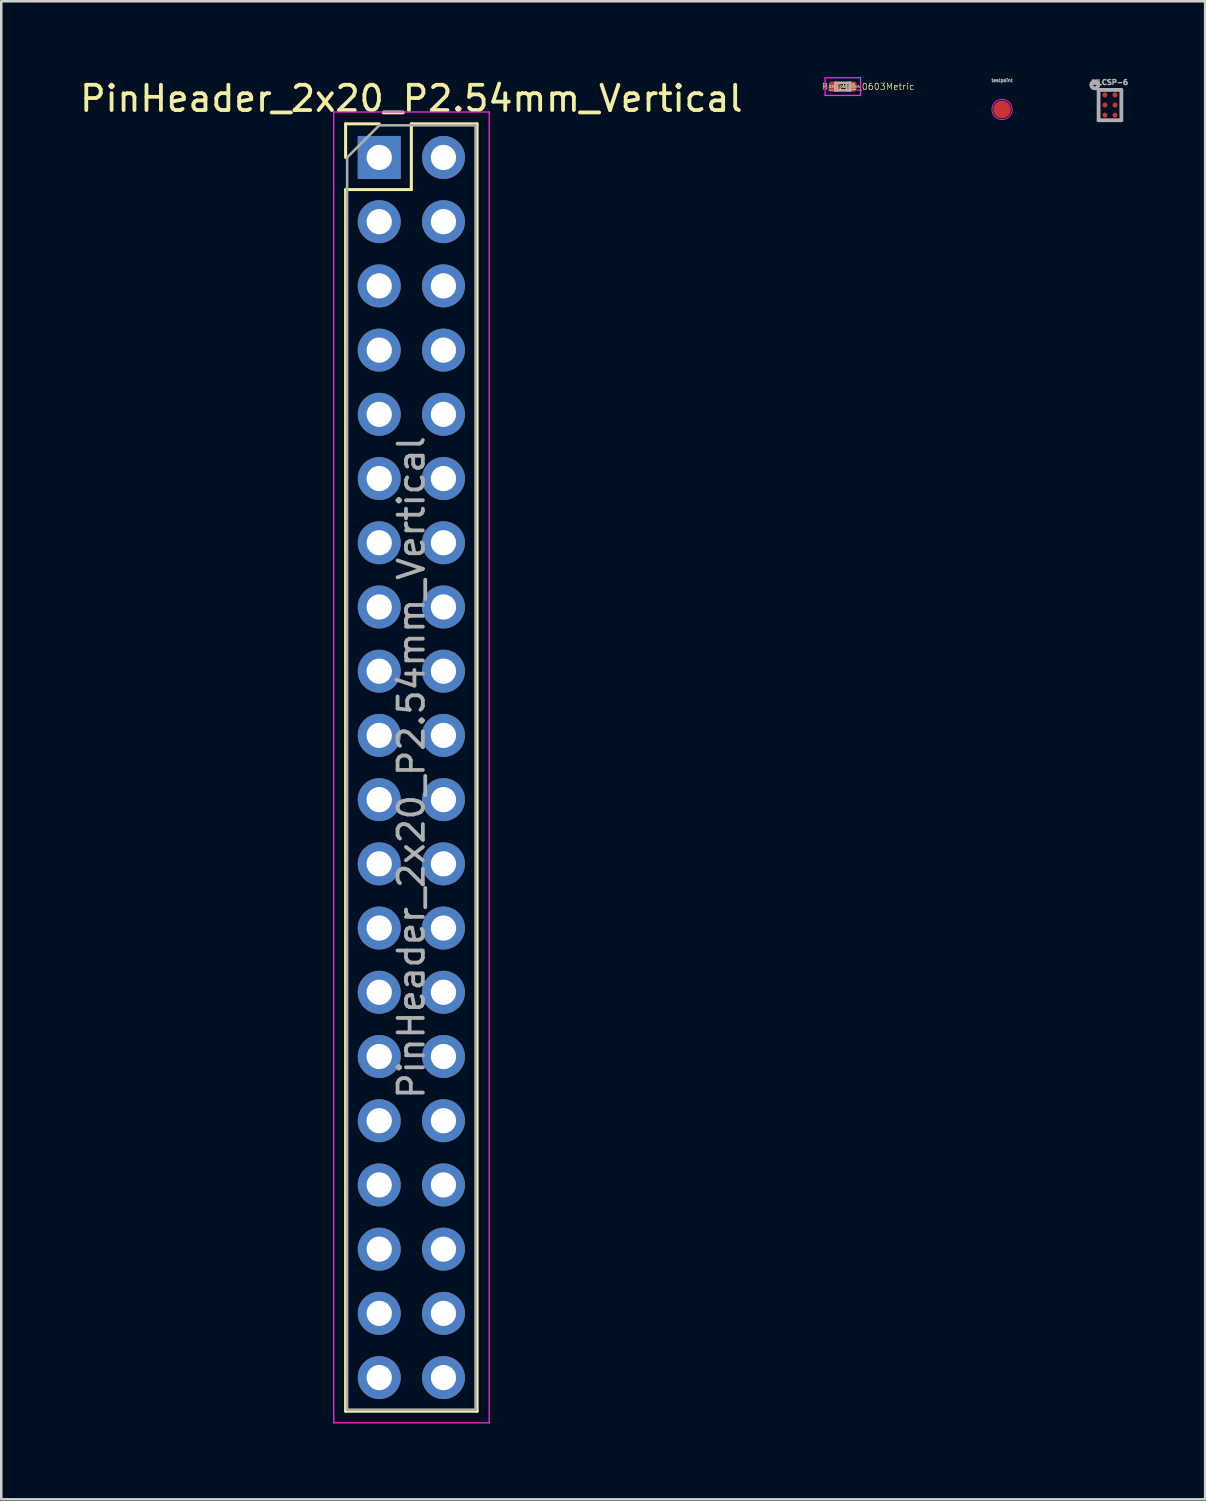
<source format=kicad_pcb>
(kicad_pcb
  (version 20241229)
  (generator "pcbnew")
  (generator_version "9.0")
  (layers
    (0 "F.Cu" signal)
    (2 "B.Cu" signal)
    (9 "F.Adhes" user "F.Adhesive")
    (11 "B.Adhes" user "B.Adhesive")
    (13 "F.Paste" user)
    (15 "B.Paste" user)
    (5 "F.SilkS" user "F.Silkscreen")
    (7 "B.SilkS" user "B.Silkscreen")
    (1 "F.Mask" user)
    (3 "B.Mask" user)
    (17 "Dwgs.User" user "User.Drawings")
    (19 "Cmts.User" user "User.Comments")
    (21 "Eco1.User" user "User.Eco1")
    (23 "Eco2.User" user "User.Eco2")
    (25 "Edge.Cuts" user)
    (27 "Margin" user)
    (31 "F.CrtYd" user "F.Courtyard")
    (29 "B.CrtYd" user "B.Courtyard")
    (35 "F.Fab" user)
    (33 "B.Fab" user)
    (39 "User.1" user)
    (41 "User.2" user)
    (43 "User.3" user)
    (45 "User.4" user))
  (footprint "PinHeader_2x20_P2.54mm_Vertical"
    (layer "F.Cu")
    (at 11.95 3.178)
    (property "Reference" "PinHeader_2x20_P2.54mm_Vertical" (at 1.27 -2.33 0) (layer "F.SilkS") (effects (font (size 1 1) (thickness 0.15))))
    (attr exclude_from_pos_files exclude_from_bom)
    (fp_line (start -1.33 -1.33) (end 0 -1.33) (stroke (width 0.12) (type solid)) (layer "F.SilkS"))
    (fp_line (start -1.33 0) (end -1.33 -1.33) (stroke (width 0.12) (type solid)) (layer "F.SilkS"))
    (fp_line (start -1.33 1.27) (end -1.33 49.59) (stroke (width 0.12) (type solid)) (layer "F.SilkS"))
    (fp_line (start -1.33 1.27) (end 1.27 1.27) (stroke (width 0.12) (type solid)) (layer "F.SilkS"))
    (fp_line (start -1.33 49.59) (end 3.87 49.59) (stroke (width 0.12) (type solid)) (layer "F.SilkS"))
    (fp_line (start 1.27 -1.33) (end 3.87 -1.33) (stroke (width 0.12) (type solid)) (layer "F.SilkS"))
    (fp_line (start 1.27 1.27) (end 1.27 -1.33) (stroke (width 0.12) (type solid)) (layer "F.SilkS"))
    (fp_line (start 3.87 -1.33) (end 3.87 49.59) (stroke (width 0.12) (type solid)) (layer "F.SilkS"))
    (fp_line (start -1.8 -1.8) (end -1.8 50.05) (stroke (width 0.05) (type solid)) (layer "F.CrtYd"))
    (fp_line (start -1.8 50.05) (end 4.35 50.05) (stroke (width 0.05) (type solid)) (layer "F.CrtYd"))
    (fp_line (start 4.35 -1.8) (end -1.8 -1.8) (stroke (width 0.05) (type solid)) (layer "F.CrtYd"))
    (fp_line (start 4.35 50.05) (end 4.35 -1.8) (stroke (width 0.05) (type solid)) (layer "F.CrtYd"))
    (fp_line (start -1.27 0) (end 0 -1.27) (stroke (width 0.1) (type solid)) (layer "F.Fab"))
    (fp_line (start -1.27 49.53) (end -1.27 0) (stroke (width 0.1) (type solid)) (layer "F.Fab"))
    (fp_line (start 0 -1.27) (end 3.81 -1.27) (stroke (width 0.1) (type solid)) (layer "F.Fab"))
    (fp_line (start 3.81 -1.27) (end 3.81 49.53) (stroke (width 0.1) (type solid)) (layer "F.Fab"))
    (fp_line (start 3.81 49.53) (end -1.27 49.53) (stroke (width 0.1) (type solid)) (layer "F.Fab"))
    (fp_text user "${REFERENCE}" (at 1.27 24.13 90) (layer "F.Fab") (effects (font (size 1 1) (thickness 0.15))))
    (pad "1" thru_hole rect (at 0 0) (size 1.7 1.7) (drill 1) (layers "*.Cu" "*.Mask"))
    (pad "2" thru_hole oval (at 2.54 0) (size 1.7 1.7) (drill 1) (layers "*.Cu" "*.Mask"))
    (pad "3" thru_hole oval (at 0 2.54) (size 1.7 1.7) (drill 1) (layers "*.Cu" "*.Mask"))
    (pad "4" thru_hole oval (at 2.54 2.54) (size 1.7 1.7) (drill 1) (layers "*.Cu" "*.Mask"))
    (pad "5" thru_hole oval (at 0 5.08) (size 1.7 1.7) (drill 1) (layers "*.Cu" "*.Mask"))
    (pad "6" thru_hole oval (at 2.54 5.08) (size 1.7 1.7) (drill 1) (layers "*.Cu" "*.Mask"))
    (pad "7" thru_hole oval (at 0 7.62) (size 1.7 1.7) (drill 1) (layers "*.Cu" "*.Mask"))
    (pad "8" thru_hole oval (at 2.54 7.62) (size 1.7 1.7) (drill 1) (layers "*.Cu" "*.Mask"))
    (pad "9" thru_hole oval (at 0 10.16) (size 1.7 1.7) (drill 1) (layers "*.Cu" "*.Mask"))
    (pad "10" thru_hole oval (at 2.54 10.16) (size 1.7 1.7) (drill 1) (layers "*.Cu" "*.Mask"))
    (pad "11" thru_hole oval (at 0 12.7) (size 1.7 1.7) (drill 1) (layers "*.Cu" "*.Mask"))
    (pad "12" thru_hole oval (at 2.54 12.7) (size 1.7 1.7) (drill 1) (layers "*.Cu" "*.Mask"))
    (pad "13" thru_hole oval (at 0 15.24) (size 1.7 1.7) (drill 1) (layers "*.Cu" "*.Mask"))
    (pad "14" thru_hole oval (at 2.54 15.24) (size 1.7 1.7) (drill 1) (layers "*.Cu" "*.Mask"))
    (pad "15" thru_hole oval (at 0 17.78) (size 1.7 1.7) (drill 1) (layers "*.Cu" "*.Mask"))
    (pad "16" thru_hole oval (at 2.54 17.78) (size 1.7 1.7) (drill 1) (layers "*.Cu" "*.Mask"))
    (pad "17" thru_hole oval (at 0 20.32) (size 1.7 1.7) (drill 1) (layers "*.Cu" "*.Mask"))
    (pad "18" thru_hole oval (at 2.54 20.32) (size 1.7 1.7) (drill 1) (layers "*.Cu" "*.Mask"))
    (pad "19" thru_hole oval (at 0 22.86) (size 1.7 1.7) (drill 1) (layers "*.Cu" "*.Mask"))
    (pad "20" thru_hole oval (at 2.54 22.86) (size 1.7 1.7) (drill 1) (layers "*.Cu" "*.Mask"))
    (pad "21" thru_hole oval (at 0 25.4) (size 1.7 1.7) (drill 1) (layers "*.Cu" "*.Mask"))
    (pad "22" thru_hole oval (at 2.54 25.4) (size 1.7 1.7) (drill 1) (layers "*.Cu" "*.Mask"))
    (pad "23" thru_hole oval (at 0 27.94) (size 1.7 1.7) (drill 1) (layers "*.Cu" "*.Mask"))
    (pad "24" thru_hole oval (at 2.54 27.94) (size 1.7 1.7) (drill 1) (layers "*.Cu" "*.Mask"))
    (pad "25" thru_hole oval (at 0 30.48) (size 1.7 1.7) (drill 1) (layers "*.Cu" "*.Mask"))
    (pad "26" thru_hole oval (at 2.54 30.48) (size 1.7 1.7) (drill 1) (layers "*.Cu" "*.Mask"))
    (pad "27" thru_hole oval (at 0 33.02) (size 1.7 1.7) (drill 1) (layers "*.Cu" "*.Mask"))
    (pad "28" thru_hole oval (at 2.54 33.02) (size 1.7 1.7) (drill 1) (layers "*.Cu" "*.Mask"))
    (pad "29" thru_hole oval (at 0 35.56) (size 1.7 1.7) (drill 1) (layers "*.Cu" "*.Mask"))
    (pad "30" thru_hole oval (at 2.54 35.56) (size 1.7 1.7) (drill 1) (layers "*.Cu" "*.Mask"))
    (pad "31" thru_hole oval (at 0 38.1) (size 1.7 1.7) (drill 1) (layers "*.Cu" "*.Mask"))
    (pad "32" thru_hole oval (at 2.54 38.1) (size 1.7 1.7) (drill 1) (layers "*.Cu" "*.Mask"))
    (pad "33" thru_hole oval (at 0 40.64) (size 1.7 1.7) (drill 1) (layers "*.Cu" "*.Mask"))
    (pad "34" thru_hole oval (at 2.54 40.64) (size 1.7 1.7) (drill 1) (layers "*.Cu" "*.Mask"))
    (pad "35" thru_hole oval (at 0 43.18) (size 1.7 1.7) (drill 1) (layers "*.Cu" "*.Mask"))
    (pad "36" thru_hole oval (at 2.54 43.18) (size 1.7 1.7) (drill 1) (layers "*.Cu" "*.Mask"))
    (pad "37" thru_hole oval (at 0 45.72) (size 1.7 1.7) (drill 1) (layers "*.Cu" "*.Mask"))
    (pad "38" thru_hole oval (at 2.54 45.72) (size 1.7 1.7) (drill 1) (layers "*.Cu" "*.Mask"))
    (pad "39" thru_hole oval (at 0 48.26) (size 1.7 1.7) (drill 1) (layers "*.Cu" "*.Mask"))
    (pad "40" thru_hole oval (at 2.54 48.26) (size 1.7 1.7) (drill 1) (layers "*.Cu" "*.Mask")))
  (footprint "R_0201_0603Metric"
    (layer "F.Cu")
    (at 30.286 0.375)
    (property "Reference" "R_0201_0603Metric" (at 1 0 0) (layer "F.SilkS") (effects (font (size 0.25 0.25) (thickness 0.025))))
    (attr smd)
    (fp_line (start -0.7 -0.35) (end 0.7 -0.35) (stroke (width 0.05) (type solid)) (layer "F.CrtYd"))
    (fp_line (start -0.7 0.35) (end -0.7 -0.35) (stroke (width 0.05) (type solid)) (layer "F.CrtYd"))
    (fp_line (start 0.7 -0.35) (end 0.7 0.35) (stroke (width 0.05) (type solid)) (layer "F.CrtYd"))
    (fp_line (start 0.7 0.35) (end -0.7 0.35) (stroke (width 0.05) (type solid)) (layer "F.CrtYd"))
    (fp_line (start -0.3 -0.15) (end 0.3 -0.15) (stroke (width 0.1) (type solid)) (layer "F.Fab"))
    (fp_line (start -0.3 0.15) (end -0.3 -0.15) (stroke (width 0.1) (type solid)) (layer "F.Fab"))
    (fp_line (start 0.3 -0.15) (end 0.3 0.15) (stroke (width 0.1) (type solid)) (layer "F.Fab"))
    (fp_line (start 0.3 0.15) (end -0.3 0.15) (stroke (width 0.1) (type solid)) (layer "F.Fab"))
    (fp_text user "${REFERENCE}" (at 0 0 0) (layer "F.Fab") (effects (font (size 0.1 0.1) (thickness 0.025))))
    (pad "" smd roundrect (at -0.345 0) (size 0.318 0.36) (layers "F.Paste") (roundrect_rratio 0.25))
    (pad "" smd roundrect (at 0.345 0) (size 0.318 0.36) (layers "F.Paste") (roundrect_rratio 0.25))
    (pad "1" smd roundrect (at -0.32 0) (size 0.46 0.4) (layers "F.Cu" "F.Mask") (roundrect_rratio 0.25))
    (pad "2" smd roundrect (at 0.32 0) (size 0.46 0.4) (layers "F.Cu" "F.Mask") (roundrect_rratio 0.25)))
  (footprint "WLCSP-6"
    (layer "F.Cu")
    (at 40.853 1.105)
    (property "Reference" "WLCSP-6" (at 0 -0.9 0) (layer "F.Fab") (effects (font (size 0.2 0.2) (thickness 0.05))))
    (attr through_hole)
    (fp_line (start -0.45 -0.6) (end -0.45 0.6) (stroke (width 0.15) (type solid)) (layer "F.Fab"))
    (fp_line (start -0.45 0.6) (end 0.45 0.6) (stroke (width 0.15) (type solid)) (layer "F.Fab"))
    (fp_line (start 0.45 -0.6) (end -0.45 -0.6) (stroke (width 0.15) (type solid)) (layer "F.Fab"))
    (fp_line (start 0.45 0.6) (end 0.45 -0.6) (stroke (width 0.15) (type solid)) (layer "F.Fab"))
    (fp_circle (center -0.6 -0.8) (end -0.6 -0.659) (stroke (width 0.15) (type solid)) (fill no) (layer "F.Fab"))
    (pad "A1" smd circle (at -0.2 -0.4) (size 0.2 0.2) (layers "F.Cu" "F.Mask" "F.Paste"))
    (pad "A2" smd circle (at 0.2 -0.4) (size 0.2 0.2) (layers "F.Cu" "F.Mask" "F.Paste"))
    (pad "B1" smd circle (at -0.2 0) (size 0.2 0.2) (layers "F.Cu" "F.Mask" "F.Paste"))
    (pad "B2" smd circle (at 0.2 0) (size 0.2 0.2) (layers "F.Cu" "F.Mask" "F.Paste"))
    (pad "C1" smd circle (at -0.2 0.4) (size 0.2 0.2) (layers "F.Cu" "F.Mask" "F.Paste"))
    (pad "C2" smd circle (at 0.2 0.4) (size 0.2 0.2) (layers "F.Cu" "F.Mask" "F.Paste")))
  (footprint "testpoint"
    (layer "F.Cu")
    (at 36.584 1.28)
    (property "Reference" "testpoint" (at 0 -1.15 0) (layer "F.Fab") (effects (font (size 0.127 0.127) (thickness 0.032))))
    (attr exclude_from_pos_files exclude_from_bom)
    (fp_circle (center 0 0) (end 0.4 0) (stroke (width 0.035) (type solid)) (fill no) (layer "F.CrtYd"))
    (pad "1" smd circle (at 0 0) (size 0.7 0.7) (layers "F.Cu" "F.Mask")))
  (gr_rect
    (start -3 -3)
    (end 44.618 56.253)
    (stroke (width 0.1) (type default))
    (fill no)
    (layer "Edge.Cuts")))
</source>
